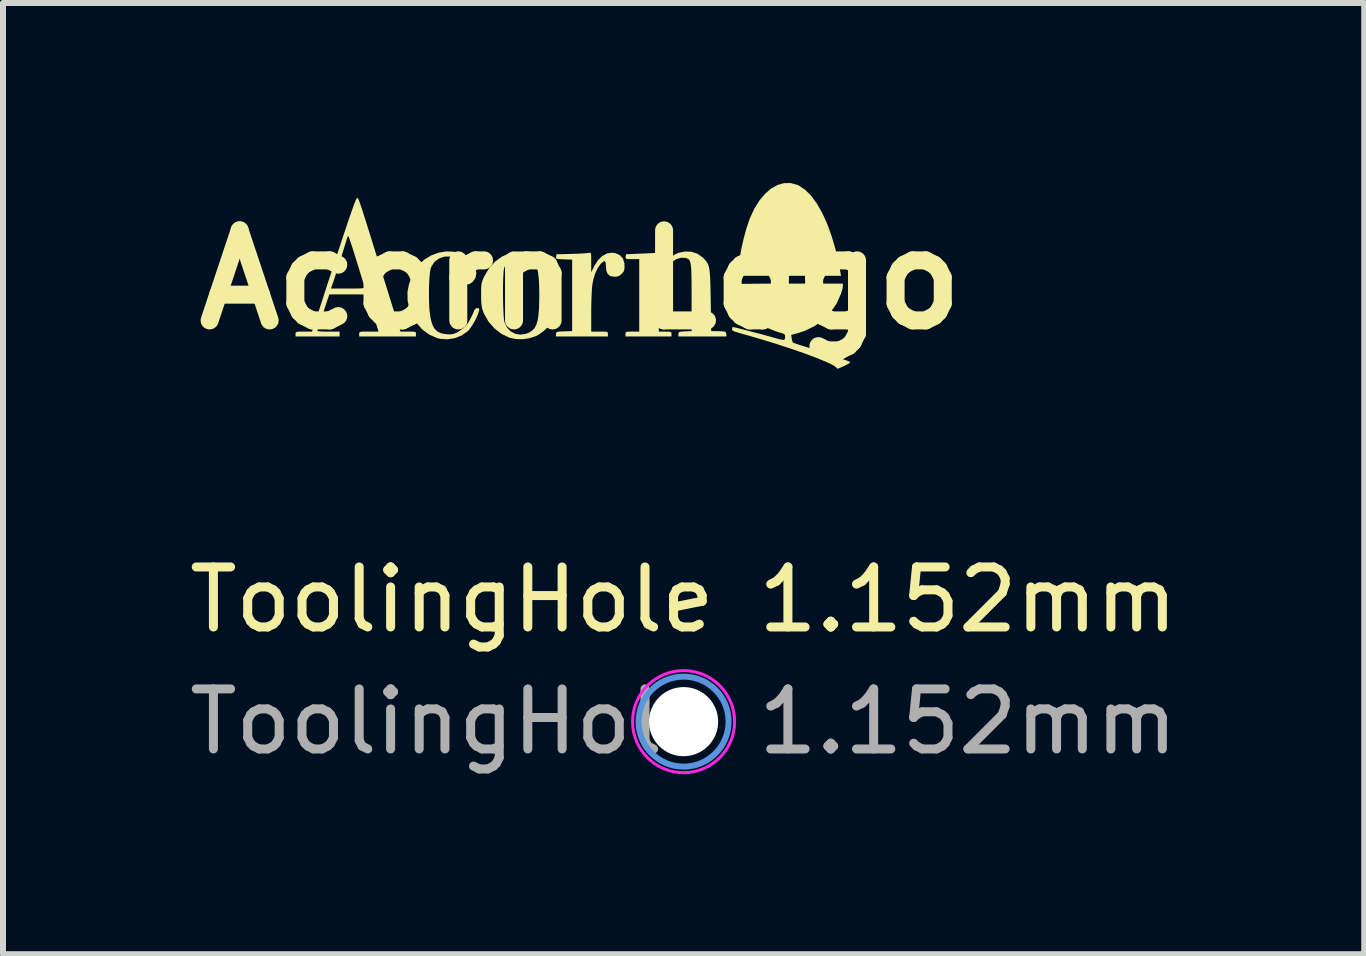
<source format=kicad_pcb>
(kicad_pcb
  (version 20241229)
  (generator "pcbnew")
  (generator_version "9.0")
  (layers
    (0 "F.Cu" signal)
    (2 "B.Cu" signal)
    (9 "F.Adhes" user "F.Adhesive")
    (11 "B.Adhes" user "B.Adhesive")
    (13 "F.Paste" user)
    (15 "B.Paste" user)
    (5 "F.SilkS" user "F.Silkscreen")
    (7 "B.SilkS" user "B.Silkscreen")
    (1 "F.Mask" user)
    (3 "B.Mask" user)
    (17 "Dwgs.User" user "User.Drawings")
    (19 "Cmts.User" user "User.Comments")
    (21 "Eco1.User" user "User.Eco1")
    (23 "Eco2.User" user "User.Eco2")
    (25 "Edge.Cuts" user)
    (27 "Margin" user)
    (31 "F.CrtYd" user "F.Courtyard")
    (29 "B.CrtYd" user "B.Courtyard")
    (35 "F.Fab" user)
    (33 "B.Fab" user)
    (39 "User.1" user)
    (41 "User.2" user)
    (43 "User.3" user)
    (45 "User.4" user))
  (footprint "ToolingHole 1.152mm"
    (layer "F.Cu")
    (at 8.339 8.973)
    (property "Reference" "ToolingHole 1.152mm" (at 0 -2.032 0) (layer "F.SilkS") (effects (font (size 1 1) (thickness 0.15))))
    (attr exclude_from_pos_files)
    (fp_circle (center 0 0) (end 0.75 0) (stroke (width 0.1) (type solid)) (fill no) (layer "Cmts.User"))
    (fp_circle (center 0 0) (end 0.85 0) (stroke (width 0.05) (type solid)) (fill no) (layer "F.CrtYd"))
    (fp_text user "${REFERENCE}" (at 0 0 0) (layer "F.Fab") (effects (font (size 1 1) (thickness 0.15))))
    (pad "" np_thru_hole circle (at 0 0) (size 1.152 1.152) (drill 1.152) (layers "*.Cu" "*.Mask")))
  (footprint "Acorn Logo"
    (layer "F.Cu")
    (at 6.621 1.61)
    (property "Reference" "Acorn Logo" (at 0 0 0) (layer "F.SilkS") (effects (font (size 1.5 1.5) (thickness 0.3))))
    (attr board_only exclude_from_pos_files exclude_from_bom)
    (fp_poly (pts (xy 3.61 -1.581) (xy 3.639 -1.568) (xy 3.742 -1.499) (xy 3.842 -1.4) (xy 3.936 -1.273) (xy 4.025 -1.118) (xy 4.107 -0.939) (xy 4.181 -0.737) (xy 4.247 -0.514) (xy 4.303 -0.272) (xy 4.33 -0.126) (xy 4.341 -0.065) (xy 3.476 -0.065) (xy 2.611 -0.065) (xy 2.62 -0.143) (xy 2.646 -0.327) (xy 2.68 -0.512) (xy 2.72 -0.69) (xy 2.765 -0.854) (xy 2.812 -0.995) (xy 2.823 -1.025) (xy 2.897 -1.184) (xy 2.982 -1.32) (xy 3.076 -1.432) (xy 3.177 -1.519) (xy 3.283 -1.578) (xy 3.391 -1.609) (xy 3.501 -1.61)) (stroke (width 0) (type solid)) (fill yes) (layer "F.SilkS"))
    (fp_poly (pts (xy 0.172 -0.443) (xy 0.177 -0.418) (xy 0.179 -0.372) (xy 0.179 -0.299) (xy 0.179 -0.293) (xy 0.179 -0.125) (xy 0.229 -0.225) (xy 0.291 -0.324) (xy 0.363 -0.395) (xy 0.442 -0.438) (xy 0.527 -0.45) (xy 0.583 -0.442) (xy 0.657 -0.408) (xy 0.707 -0.354) (xy 0.731 -0.278) (xy 0.734 -0.234) (xy 0.732 -0.177) (xy 0.721 -0.14) (xy 0.697 -0.107) (xy 0.686 -0.097) (xy 0.646 -0.064) (xy 0.602 -0.051) (xy 0.565 -0.049) (xy 0.5 -0.059) (xy 0.456 -0.091) (xy 0.431 -0.148) (xy 0.424 -0.222) (xy 0.42 -0.28) (xy 0.407 -0.307) (xy 0.383 -0.304) (xy 0.345 -0.272) (xy 0.338 -0.265) (xy 0.288 -0.195) (xy 0.244 -0.101) (xy 0.212 0.007) (xy 0.197 0.087) (xy 0.191 0.144) (xy 0.187 0.227) (xy 0.183 0.326) (xy 0.18 0.434) (xy 0.179 0.54) (xy 0.179 0.865) (xy 0.318 0.865) (xy 0.385 0.865) (xy 0.426 0.867) (xy 0.448 0.874) (xy 0.456 0.886) (xy 0.457 0.905) (xy 0.457 0.946) (xy 0.024 0.946) (xy -0.408 0.946) (xy -0.408 0.906) (xy -0.406 0.886) (xy -0.397 0.874) (xy -0.374 0.867) (xy -0.33 0.863) (xy -0.273 0.861) (xy -0.139 0.856) (xy -0.139 0.261) (xy -0.139 -0.334) (xy -0.274 -0.339) (xy -0.34 -0.342) (xy -0.38 -0.346) (xy -0.4 -0.353) (xy -0.406 -0.366) (xy -0.405 -0.383) (xy -0.4 -0.423) (xy -0.139 -0.43) (xy -0.048 -0.433) (xy 0.033 -0.437) (xy 0.097 -0.442) (xy 0.139 -0.446) (xy 0.151 -0.449) (xy 0.164 -0.451)) (stroke (width 0) (type solid)) (fill yes) (layer "F.SilkS"))
    (fp_poly (pts (xy -2.117 -0.467) (xy -2.002 -0.437) (xy -1.9 -0.382) (xy -1.859 -0.348) (xy -1.789 -0.268) (xy -1.747 -0.186) (xy -1.734 -0.106) (xy -1.749 -0.032) (xy -1.794 0.034) (xy -1.794 0.035) (xy -1.85 0.073) (xy -1.911 0.079) (xy -1.974 0.054) (xy -2.027 0.007) (xy -2.052 -0.055) (xy -2.048 -0.127) (xy -2.015 -0.205) (xy -1.993 -0.251) (xy -1.983 -0.288) (xy -1.983 -0.3) (xy -2.014 -0.337) (xy -2.07 -0.366) (xy -2.146 -0.385) (xy -2.163 -0.387) (xy -2.266 -0.384) (xy -2.356 -0.354) (xy -2.429 -0.3) (xy -2.481 -0.224) (xy -2.497 -0.183) (xy -2.506 -0.132) (xy -2.514 -0.056) (xy -2.52 0.039) (xy -2.524 0.145) (xy -2.525 0.256) (xy -2.523 0.363) (xy -2.519 0.461) (xy -2.515 0.511) (xy -2.498 0.639) (xy -2.472 0.738) (xy -2.436 0.811) (xy -2.386 0.862) (xy -2.321 0.893) (xy -2.239 0.908) (xy -2.233 0.908) (xy -2.169 0.911) (xy -2.12 0.904) (xy -2.071 0.886) (xy -2.039 0.87) (xy -1.946 0.804) (xy -1.867 0.712) (xy -1.805 0.596) (xy -1.793 0.568) (xy -1.771 0.514) (xy -1.752 0.485) (xy -1.731 0.474) (xy -1.719 0.473) (xy -1.692 0.477) (xy -1.686 0.496) (xy -1.69 0.518) (xy -1.715 0.593) (xy -1.754 0.677) (xy -1.802 0.759) (xy -1.851 0.828) (xy -1.881 0.86) (xy -1.979 0.929) (xy -2.093 0.974) (xy -2.215 0.993) (xy -2.338 0.985) (xy -2.393 0.971) (xy -2.518 0.916) (xy -2.629 0.835) (xy -2.723 0.731) (xy -2.799 0.611) (xy -2.853 0.479) (xy -2.881 0.339) (xy -2.882 0.204) (xy -2.858 0.078) (xy -2.812 -0.047) (xy -2.75 -0.165) (xy -2.674 -0.266) (xy -2.603 -0.333) (xy -2.488 -0.404) (xy -2.365 -0.45) (xy -2.24 -0.471)) (stroke (width 0) (type solid)) (fill yes) (layer "F.SilkS"))
    (fp_poly (pts (xy -0.787 -0.442) (xy -0.694 -0.404) (xy -0.616 -0.352) (xy -0.535 -0.28) (xy -0.46 -0.195) (xy -0.401 -0.107) (xy -0.39 -0.086) (xy -0.368 -0.041) (xy -0.352 -0.005) (xy -0.343 0.031) (xy -0.337 0.074) (xy -0.335 0.133) (xy -0.335 0.213) (xy -0.335 0.244) (xy -0.335 0.334) (xy -0.337 0.399) (xy -0.341 0.447) (xy -0.35 0.486) (xy -0.364 0.524) (xy -0.384 0.569) (xy -0.387 0.576) (xy -0.445 0.673) (xy -0.522 0.769) (xy -0.611 0.854) (xy -0.703 0.919) (xy -0.743 0.94) (xy -0.845 0.974) (xy -0.96 0.991) (xy -1.074 0.989) (xy -1.177 0.969) (xy -1.187 0.965) (xy -1.318 0.902) (xy -1.434 0.811) (xy -1.532 0.699) (xy -1.606 0.569) (xy -1.617 0.542) (xy -1.634 0.495) (xy -1.645 0.447) (xy -1.652 0.39) (xy -1.655 0.316) (xy -1.655 0.253) (xy -1.655 0.219) (xy -1.291 0.219) (xy -1.29 0.332) (xy -1.287 0.442) (xy -1.283 0.541) (xy -1.278 0.624) (xy -1.27 0.686) (xy -1.265 0.71) (xy -1.224 0.797) (xy -1.163 0.861) (xy -1.086 0.901) (xy -0.999 0.915) (xy -0.906 0.901) (xy -0.848 0.876) (xy -0.802 0.845) (xy -0.764 0.805) (xy -0.736 0.752) (xy -0.715 0.682) (xy -0.7 0.592) (xy -0.691 0.478) (xy -0.687 0.337) (xy -0.686 0.253) (xy -0.688 0.096) (xy -0.696 -0.032) (xy -0.709 -0.134) (xy -0.728 -0.214) (xy -0.756 -0.275) (xy -0.792 -0.32) (xy -0.838 -0.352) (xy -0.855 -0.36) (xy -0.948 -0.387) (xy -1.041 -0.387) (xy -1.126 -0.36) (xy -1.198 -0.31) (xy -1.252 -0.239) (xy -1.271 -0.194) (xy -1.279 -0.152) (xy -1.284 -0.084) (xy -1.288 0.005) (xy -1.291 0.108) (xy -1.291 0.219) (xy -1.655 0.219) (xy -1.655 0.169) (xy -1.653 0.109) (xy -1.647 0.063) (xy -1.636 0.023) (xy -1.619 -0.02) (xy -1.597 -0.066) (xy -1.52 -0.195) (xy -1.423 -0.301) (xy -1.311 -0.383) (xy -1.188 -0.44) (xy -1.057 -0.469) (xy -0.922 -0.471)) (stroke (width 0) (type solid)) (fill yes) (layer "F.SilkS"))
    (fp_poly (pts (xy 4.372 0.103) (xy 4.367 0.139) (xy 4.353 0.193) (xy 4.34 0.235) (xy 4.267 0.398) (xy 4.168 0.543) (xy 4.045 0.669) (xy 3.901 0.773) (xy 3.739 0.852) (xy 3.619 0.891) (xy 3.51 0.92) (xy 3.519 0.978) (xy 3.528 1.019) (xy 3.537 1.045) (xy 3.538 1.046) (xy 3.557 1.055) (xy 3.6 1.071) (xy 3.661 1.09) (xy 3.719 1.108) (xy 3.807 1.135) (xy 3.906 1.167) (xy 4.01 1.201) (xy 4.115 1.235) (xy 4.216 1.27) (xy 4.308 1.301) (xy 4.387 1.329) (xy 4.447 1.351) (xy 4.484 1.366) (xy 4.493 1.371) (xy 4.487 1.385) (xy 4.455 1.406) (xy 4.403 1.432) (xy 4.398 1.435) (xy 4.338 1.462) (xy 4.303 1.477) (xy 4.283 1.482) (xy 4.274 1.479) (xy 4.267 1.47) (xy 4.266 1.468) (xy 4.238 1.443) (xy 4.181 1.41) (xy 4.098 1.371) (xy 3.992 1.327) (xy 3.866 1.277) (xy 3.722 1.224) (xy 3.563 1.169) (xy 3.392 1.112) (xy 3.212 1.054) (xy 3.026 0.997) (xy 2.836 0.941) (xy 2.645 0.887) (xy 2.635 0.884) (xy 2.575 0.866) (xy 2.541 0.852) (xy 2.527 0.837) (xy 2.526 0.822) (xy 2.532 0.795) (xy 2.535 0.788) (xy 2.551 0.79) (xy 2.594 0.8) (xy 2.657 0.816) (xy 2.736 0.836) (xy 2.826 0.859) (xy 2.921 0.884) (xy 3.017 0.909) (xy 3.107 0.934) (xy 3.187 0.956) (xy 3.244 0.972) (xy 3.307 0.989) (xy 3.358 1) (xy 3.39 1.003) (xy 3.395 1.002) (xy 3.406 0.981) (xy 3.41 0.948) (xy 3.406 0.921) (xy 3.391 0.904) (xy 3.357 0.891) (xy 3.324 0.882) (xy 3.271 0.866) (xy 3.201 0.839) (xy 3.124 0.807) (xy 3.083 0.787) (xy 2.931 0.699) (xy 2.804 0.59) (xy 2.703 0.462) (xy 2.653 0.373) (xy 2.625 0.306) (xy 2.601 0.236) (xy 2.582 0.171) (xy 2.572 0.116) (xy 2.571 0.081) (xy 2.574 0.074) (xy 2.592 0.072) (xy 2.639 0.071) (xy 2.713 0.069) (xy 2.81 0.068) (xy 2.928 0.067) (xy 3.064 0.066) (xy 3.214 0.066) (xy 3.377 0.065) (xy 3.477 0.065) (xy 4.372 0.065)) (stroke (width 0) (type solid)) (fill yes) (layer "F.SilkS"))
    (fp_poly (pts (xy 1.849 -0.466) (xy 1.949 -0.433) (xy 2.037 -0.37) (xy 2.051 -0.357) (xy 2.08 -0.325) (xy 2.103 -0.296) (xy 2.122 -0.264) (xy 2.136 -0.226) (xy 2.147 -0.179) (xy 2.154 -0.118) (xy 2.16 -0.04) (xy 2.164 0.059) (xy 2.167 0.183) (xy 2.17 0.336) (xy 2.17 0.343) (xy 2.178 0.856) (xy 2.3 0.858) (xy 2.363 0.86) (xy 2.399 0.864) (xy 2.418 0.872) (xy 2.425 0.888) (xy 2.428 0.903) (xy 2.433 0.946) (xy 2.032 0.946) (xy 1.631 0.946) (xy 1.631 0.906) (xy 1.633 0.885) (xy 1.645 0.872) (xy 1.672 0.866) (xy 1.722 0.862) (xy 1.741 0.861) (xy 1.852 0.856) (xy 1.851 0.302) (xy 1.851 0.141) (xy 1.85 0.009) (xy 1.848 -0.096) (xy 1.845 -0.178) (xy 1.839 -0.24) (xy 1.831 -0.285) (xy 1.82 -0.317) (xy 1.805 -0.337) (xy 1.786 -0.35) (xy 1.762 -0.359) (xy 1.748 -0.363) (xy 1.675 -0.366) (xy 1.597 -0.342) (xy 1.521 -0.295) (xy 1.451 -0.228) (xy 1.399 -0.152) (xy 1.371 -0.095) (xy 1.348 -0.04) (xy 1.332 0.019) (xy 1.32 0.088) (xy 1.312 0.171) (xy 1.307 0.273) (xy 1.305 0.399) (xy 1.305 0.493) (xy 1.305 0.865) (xy 1.411 0.865) (xy 1.468 0.865) (xy 1.5 0.869) (xy 1.514 0.88) (xy 1.517 0.899) (xy 1.517 0.905) (xy 1.517 0.946) (xy 1.134 0.946) (xy 0.75 0.946) (xy 0.75 0.905) (xy 0.752 0.884) (xy 0.762 0.872) (xy 0.787 0.866) (xy 0.834 0.865) (xy 0.865 0.865) (xy 0.979 0.865) (xy 0.979 0.261) (xy 0.979 -0.343) (xy 0.864 -0.343) (xy 0.804 -0.343) (xy 0.77 -0.346) (xy 0.755 -0.355) (xy 0.752 -0.371) (xy 0.753 -0.383) (xy 0.759 -0.424) (xy 0.987 -0.434) (xy 1.073 -0.437) (xy 1.151 -0.441) (xy 1.213 -0.444) (xy 1.251 -0.446) (xy 1.256 -0.446) (xy 1.297 -0.449) (xy 1.297 -0.29) (xy 1.298 -0.222) (xy 1.301 -0.169) (xy 1.304 -0.137) (xy 1.307 -0.13) (xy 1.32 -0.144) (xy 1.337 -0.177) (xy 1.339 -0.182) (xy 1.373 -0.24) (xy 1.428 -0.303) (xy 1.495 -0.364) (xy 1.563 -0.414) (xy 1.623 -0.445) (xy 1.739 -0.47)) (stroke (width 0) (type solid)) (fill yes) (layer "F.SilkS"))
    (fp_poly (pts (xy -3.716 -1.362) (xy -3.711 -1.359) (xy -3.706 -1.353) (xy -3.699 -1.34) (xy -3.69 -1.318) (xy -3.678 -1.286) (xy -3.662 -1.241) (xy -3.642 -1.18) (xy -3.617 -1.103) (xy -3.586 -1.006) (xy -3.549 -0.888) (xy -3.504 -0.745) (xy -3.452 -0.577) (xy -3.391 -0.381) (xy -3.361 -0.285) (xy -3.314 -0.135) (xy -3.266 0.016) (xy -3.22 0.163) (xy -3.177 0.301) (xy -3.139 0.423) (xy -3.107 0.526) (xy -3.082 0.602) (xy -3.081 0.608) (xy -2.999 0.865) (xy -2.87 0.865) (xy -2.806 0.865) (xy -2.767 0.868) (xy -2.748 0.875) (xy -2.741 0.889) (xy -2.741 0.905) (xy -2.741 0.946) (xy -3.214 0.946) (xy -3.687 0.946) (xy -3.687 0.905) (xy -3.686 0.887) (xy -3.679 0.875) (xy -3.66 0.868) (xy -3.623 0.865) (xy -3.562 0.865) (xy -3.525 0.865) (xy -3.364 0.865) (xy -3.401 0.746) (xy -3.422 0.681) (xy -3.448 0.597) (xy -3.477 0.505) (xy -3.498 0.436) (xy -3.558 0.245) (xy -3.872 0.245) (xy -4.185 0.245) (xy -4.281 0.534) (xy -4.312 0.627) (xy -4.339 0.709) (xy -4.361 0.777) (xy -4.377 0.823) (xy -4.384 0.844) (xy -4.38 0.853) (xy -4.356 0.86) (xy -4.308 0.863) (xy -4.234 0.865) (xy -4.202 0.865) (xy -4.013 0.865) (xy -4.013 0.905) (xy -4.013 0.946) (xy -4.38 0.946) (xy -4.747 0.946) (xy -4.747 0.905) (xy -4.746 0.886) (xy -4.738 0.874) (xy -4.716 0.867) (xy -4.675 0.865) (xy -4.609 0.865) (xy -4.472 0.865) (xy -4.306 0.355) (xy -4.239 0.147) (xy -4.157 0.147) (xy -3.871 0.147) (xy -3.768 0.147) (xy -3.694 0.146) (xy -3.643 0.143) (xy -3.612 0.14) (xy -3.598 0.134) (xy -3.594 0.126) (xy -3.596 0.12) (xy -3.603 0.098) (xy -3.619 0.049) (xy -3.641 -0.023) (xy -3.669 -0.112) (xy -3.7 -0.214) (xy -3.729 -0.308) (xy -3.763 -0.417) (xy -3.794 -0.516) (xy -3.822 -0.601) (xy -3.844 -0.666) (xy -3.859 -0.708) (xy -3.865 -0.723) (xy -3.878 -0.719) (xy -3.889 -0.691) (xy -3.889 -0.69) (xy -3.898 -0.66) (xy -3.915 -0.604) (xy -3.938 -0.529) (xy -3.966 -0.44) (xy -3.996 -0.342) (xy -4.028 -0.242) (xy -4.059 -0.146) (xy -4.087 -0.058) (xy -4.111 0.015) (xy -4.128 0.067) (xy -4.135 0.086) (xy -4.157 0.147) (xy -4.239 0.147) (xy -4.216 0.076) (xy -4.134 -0.174) (xy -4.062 -0.395) (xy -3.998 -0.59) (xy -3.942 -0.759) (xy -3.894 -0.904) (xy -3.853 -1.026) (xy -3.818 -1.126) (xy -3.789 -1.207) (xy -3.766 -1.27) (xy -3.748 -1.315) (xy -3.734 -1.344) (xy -3.725 -1.359) (xy -3.721 -1.362)) (stroke (width 0) (type solid)) (fill yes) (layer "F.SilkS")))
  (gr_rect
    (start -3 -3)
    (end 19.679 12.848)
    (stroke (width 0.1) (type default))
    (fill no)
    (layer "Edge.Cuts")))
</source>
